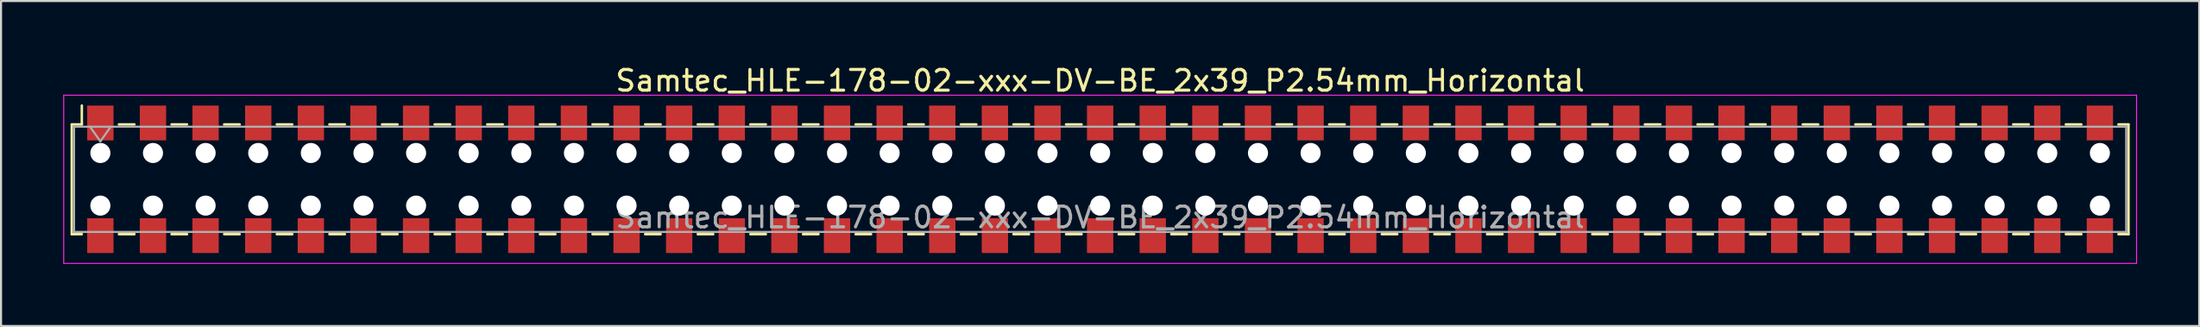
<source format=kicad_pcb>
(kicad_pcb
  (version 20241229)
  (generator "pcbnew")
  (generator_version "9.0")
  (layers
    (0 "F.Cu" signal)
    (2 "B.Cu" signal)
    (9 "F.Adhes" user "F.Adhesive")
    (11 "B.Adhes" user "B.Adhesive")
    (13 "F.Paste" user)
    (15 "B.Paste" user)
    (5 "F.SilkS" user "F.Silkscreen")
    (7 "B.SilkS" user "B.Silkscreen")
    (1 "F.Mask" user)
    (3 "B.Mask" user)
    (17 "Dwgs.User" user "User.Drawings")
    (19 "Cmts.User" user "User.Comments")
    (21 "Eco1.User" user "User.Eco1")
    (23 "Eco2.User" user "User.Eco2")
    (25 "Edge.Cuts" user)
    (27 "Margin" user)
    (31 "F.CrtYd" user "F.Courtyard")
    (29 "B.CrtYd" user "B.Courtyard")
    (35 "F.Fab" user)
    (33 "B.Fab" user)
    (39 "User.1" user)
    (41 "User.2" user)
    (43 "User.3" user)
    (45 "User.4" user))
  (footprint "Samtec_HLE-178-02-xxx-DV-BE_2x39_P2.54mm_Horizontal"
    (layer "F.Cu")
    (at 50.055 5.608)
    (property "Reference" "Samtec_HLE-178-02-xxx-DV-BE_2x39_P2.54mm_Horizontal" (at 0 -4.76 0) (layer "F.SilkS") (effects (font (size 1 1) (thickness 0.15))))
    (attr smd)
    (fp_line (start -49.64 -2.65) (end -49.64 2.65) (stroke (width 0.12) (type solid)) (layer "F.SilkS"))
    (fp_line (start -49.64 2.65) (end -49.155 2.65) (stroke (width 0.12) (type solid)) (layer "F.SilkS"))
    (fp_line (start -49.155 -3.56) (end -49.155 -2.65) (stroke (width 0.12) (type solid)) (layer "F.SilkS"))
    (fp_line (start -49.155 -2.65) (end -49.64 -2.65) (stroke (width 0.12) (type solid)) (layer "F.SilkS"))
    (fp_line (start -47.365 -2.65) (end -46.615 -2.65) (stroke (width 0.12) (type solid)) (layer "F.SilkS"))
    (fp_line (start -47.365 2.65) (end -46.615 2.65) (stroke (width 0.12) (type solid)) (layer "F.SilkS"))
    (fp_line (start -44.825 -2.65) (end -44.075 -2.65) (stroke (width 0.12) (type solid)) (layer "F.SilkS"))
    (fp_line (start -44.825 2.65) (end -44.075 2.65) (stroke (width 0.12) (type solid)) (layer "F.SilkS"))
    (fp_line (start -42.285 -2.65) (end -41.535 -2.65) (stroke (width 0.12) (type solid)) (layer "F.SilkS"))
    (fp_line (start -42.285 2.65) (end -41.535 2.65) (stroke (width 0.12) (type solid)) (layer "F.SilkS"))
    (fp_line (start -39.745 -2.65) (end -38.995 -2.65) (stroke (width 0.12) (type solid)) (layer "F.SilkS"))
    (fp_line (start -39.745 2.65) (end -38.995 2.65) (stroke (width 0.12) (type solid)) (layer "F.SilkS"))
    (fp_line (start -37.205 -2.65) (end -36.455 -2.65) (stroke (width 0.12) (type solid)) (layer "F.SilkS"))
    (fp_line (start -37.205 2.65) (end -36.455 2.65) (stroke (width 0.12) (type solid)) (layer "F.SilkS"))
    (fp_line (start -34.665 -2.65) (end -33.915 -2.65) (stroke (width 0.12) (type solid)) (layer "F.SilkS"))
    (fp_line (start -34.665 2.65) (end -33.915 2.65) (stroke (width 0.12) (type solid)) (layer "F.SilkS"))
    (fp_line (start -32.125 -2.65) (end -31.375 -2.65) (stroke (width 0.12) (type solid)) (layer "F.SilkS"))
    (fp_line (start -32.125 2.65) (end -31.375 2.65) (stroke (width 0.12) (type solid)) (layer "F.SilkS"))
    (fp_line (start -29.585 -2.65) (end -28.835 -2.65) (stroke (width 0.12) (type solid)) (layer "F.SilkS"))
    (fp_line (start -29.585 2.65) (end -28.835 2.65) (stroke (width 0.12) (type solid)) (layer "F.SilkS"))
    (fp_line (start -27.045 -2.65) (end -26.295 -2.65) (stroke (width 0.12) (type solid)) (layer "F.SilkS"))
    (fp_line (start -27.045 2.65) (end -26.295 2.65) (stroke (width 0.12) (type solid)) (layer "F.SilkS"))
    (fp_line (start -24.505 -2.65) (end -23.755 -2.65) (stroke (width 0.12) (type solid)) (layer "F.SilkS"))
    (fp_line (start -24.505 2.65) (end -23.755 2.65) (stroke (width 0.12) (type solid)) (layer "F.SilkS"))
    (fp_line (start -21.965 -2.65) (end -21.215 -2.65) (stroke (width 0.12) (type solid)) (layer "F.SilkS"))
    (fp_line (start -21.965 2.65) (end -21.215 2.65) (stroke (width 0.12) (type solid)) (layer "F.SilkS"))
    (fp_line (start -19.425 -2.65) (end -18.675 -2.65) (stroke (width 0.12) (type solid)) (layer "F.SilkS"))
    (fp_line (start -19.425 2.65) (end -18.675 2.65) (stroke (width 0.12) (type solid)) (layer "F.SilkS"))
    (fp_line (start -16.885 -2.65) (end -16.135 -2.65) (stroke (width 0.12) (type solid)) (layer "F.SilkS"))
    (fp_line (start -16.885 2.65) (end -16.135 2.65) (stroke (width 0.12) (type solid)) (layer "F.SilkS"))
    (fp_line (start -14.345 -2.65) (end -13.595 -2.65) (stroke (width 0.12) (type solid)) (layer "F.SilkS"))
    (fp_line (start -14.345 2.65) (end -13.595 2.65) (stroke (width 0.12) (type solid)) (layer "F.SilkS"))
    (fp_line (start -11.805 -2.65) (end -11.055 -2.65) (stroke (width 0.12) (type solid)) (layer "F.SilkS"))
    (fp_line (start -11.805 2.65) (end -11.055 2.65) (stroke (width 0.12) (type solid)) (layer "F.SilkS"))
    (fp_line (start -9.265 -2.65) (end -8.515 -2.65) (stroke (width 0.12) (type solid)) (layer "F.SilkS"))
    (fp_line (start -9.265 2.65) (end -8.515 2.65) (stroke (width 0.12) (type solid)) (layer "F.SilkS"))
    (fp_line (start -6.725 -2.65) (end -5.975 -2.65) (stroke (width 0.12) (type solid)) (layer "F.SilkS"))
    (fp_line (start -6.725 2.65) (end -5.975 2.65) (stroke (width 0.12) (type solid)) (layer "F.SilkS"))
    (fp_line (start -4.185 -2.65) (end -3.435 -2.65) (stroke (width 0.12) (type solid)) (layer "F.SilkS"))
    (fp_line (start -4.185 2.65) (end -3.435 2.65) (stroke (width 0.12) (type solid)) (layer "F.SilkS"))
    (fp_line (start -1.645 -2.65) (end -0.895 -2.65) (stroke (width 0.12) (type solid)) (layer "F.SilkS"))
    (fp_line (start -1.645 2.65) (end -0.895 2.65) (stroke (width 0.12) (type solid)) (layer "F.SilkS"))
    (fp_line (start 0.895 -2.65) (end 1.645 -2.65) (stroke (width 0.12) (type solid)) (layer "F.SilkS"))
    (fp_line (start 0.895 2.65) (end 1.645 2.65) (stroke (width 0.12) (type solid)) (layer "F.SilkS"))
    (fp_line (start 3.435 -2.65) (end 4.185 -2.65) (stroke (width 0.12) (type solid)) (layer "F.SilkS"))
    (fp_line (start 3.435 2.65) (end 4.185 2.65) (stroke (width 0.12) (type solid)) (layer "F.SilkS"))
    (fp_line (start 5.975 -2.65) (end 6.725 -2.65) (stroke (width 0.12) (type solid)) (layer "F.SilkS"))
    (fp_line (start 5.975 2.65) (end 6.725 2.65) (stroke (width 0.12) (type solid)) (layer "F.SilkS"))
    (fp_line (start 8.515 -2.65) (end 9.265 -2.65) (stroke (width 0.12) (type solid)) (layer "F.SilkS"))
    (fp_line (start 8.515 2.65) (end 9.265 2.65) (stroke (width 0.12) (type solid)) (layer "F.SilkS"))
    (fp_line (start 11.055 -2.65) (end 11.805 -2.65) (stroke (width 0.12) (type solid)) (layer "F.SilkS"))
    (fp_line (start 11.055 2.65) (end 11.805 2.65) (stroke (width 0.12) (type solid)) (layer "F.SilkS"))
    (fp_line (start 13.595 -2.65) (end 14.345 -2.65) (stroke (width 0.12) (type solid)) (layer "F.SilkS"))
    (fp_line (start 13.595 2.65) (end 14.345 2.65) (stroke (width 0.12) (type solid)) (layer "F.SilkS"))
    (fp_line (start 16.135 -2.65) (end 16.885 -2.65) (stroke (width 0.12) (type solid)) (layer "F.SilkS"))
    (fp_line (start 16.135 2.65) (end 16.885 2.65) (stroke (width 0.12) (type solid)) (layer "F.SilkS"))
    (fp_line (start 18.675 -2.65) (end 19.425 -2.65) (stroke (width 0.12) (type solid)) (layer "F.SilkS"))
    (fp_line (start 18.675 2.65) (end 19.425 2.65) (stroke (width 0.12) (type solid)) (layer "F.SilkS"))
    (fp_line (start 21.215 -2.65) (end 21.965 -2.65) (stroke (width 0.12) (type solid)) (layer "F.SilkS"))
    (fp_line (start 21.215 2.65) (end 21.965 2.65) (stroke (width 0.12) (type solid)) (layer "F.SilkS"))
    (fp_line (start 23.755 -2.65) (end 24.505 -2.65) (stroke (width 0.12) (type solid)) (layer "F.SilkS"))
    (fp_line (start 23.755 2.65) (end 24.505 2.65) (stroke (width 0.12) (type solid)) (layer "F.SilkS"))
    (fp_line (start 26.295 -2.65) (end 27.045 -2.65) (stroke (width 0.12) (type solid)) (layer "F.SilkS"))
    (fp_line (start 26.295 2.65) (end 27.045 2.65) (stroke (width 0.12) (type solid)) (layer "F.SilkS"))
    (fp_line (start 28.835 -2.65) (end 29.585 -2.65) (stroke (width 0.12) (type solid)) (layer "F.SilkS"))
    (fp_line (start 28.835 2.65) (end 29.585 2.65) (stroke (width 0.12) (type solid)) (layer "F.SilkS"))
    (fp_line (start 31.375 -2.65) (end 32.125 -2.65) (stroke (width 0.12) (type solid)) (layer "F.SilkS"))
    (fp_line (start 31.375 2.65) (end 32.125 2.65) (stroke (width 0.12) (type solid)) (layer "F.SilkS"))
    (fp_line (start 33.915 -2.65) (end 34.665 -2.65) (stroke (width 0.12) (type solid)) (layer "F.SilkS"))
    (fp_line (start 33.915 2.65) (end 34.665 2.65) (stroke (width 0.12) (type solid)) (layer "F.SilkS"))
    (fp_line (start 36.455 -2.65) (end 37.205 -2.65) (stroke (width 0.12) (type solid)) (layer "F.SilkS"))
    (fp_line (start 36.455 2.65) (end 37.205 2.65) (stroke (width 0.12) (type solid)) (layer "F.SilkS"))
    (fp_line (start 38.995 -2.65) (end 39.745 -2.65) (stroke (width 0.12) (type solid)) (layer "F.SilkS"))
    (fp_line (start 38.995 2.65) (end 39.745 2.65) (stroke (width 0.12) (type solid)) (layer "F.SilkS"))
    (fp_line (start 41.535 -2.65) (end 42.285 -2.65) (stroke (width 0.12) (type solid)) (layer "F.SilkS"))
    (fp_line (start 41.535 2.65) (end 42.285 2.65) (stroke (width 0.12) (type solid)) (layer "F.SilkS"))
    (fp_line (start 44.075 -2.65) (end 44.825 -2.65) (stroke (width 0.12) (type solid)) (layer "F.SilkS"))
    (fp_line (start 44.075 2.65) (end 44.825 2.65) (stroke (width 0.12) (type solid)) (layer "F.SilkS"))
    (fp_line (start 46.615 -2.65) (end 47.365 -2.65) (stroke (width 0.12) (type solid)) (layer "F.SilkS"))
    (fp_line (start 46.615 2.65) (end 47.365 2.65) (stroke (width 0.12) (type solid)) (layer "F.SilkS"))
    (fp_line (start 49.155 -2.65) (end 49.64 -2.65) (stroke (width 0.12) (type solid)) (layer "F.SilkS"))
    (fp_line (start 49.64 -2.65) (end 49.64 2.65) (stroke (width 0.12) (type solid)) (layer "F.SilkS"))
    (fp_line (start 49.64 2.65) (end 49.155 2.65) (stroke (width 0.12) (type solid)) (layer "F.SilkS"))
    (fp_line (start -50.03 -4.06) (end 50.03 -4.06) (stroke (width 0.05) (type solid)) (layer "F.CrtYd"))
    (fp_line (start -50.03 4.06) (end -50.03 -4.06) (stroke (width 0.05) (type solid)) (layer "F.CrtYd"))
    (fp_line (start 50.03 -4.06) (end 50.03 4.06) (stroke (width 0.05) (type solid)) (layer "F.CrtYd"))
    (fp_line (start 50.03 4.06) (end -50.03 4.06) (stroke (width 0.05) (type solid)) (layer "F.CrtYd"))
    (fp_line (start -49.53 -2.54) (end 49.53 -2.54) (stroke (width 0.1) (type solid)) (layer "F.Fab"))
    (fp_line (start -49.53 2.54) (end -49.53 -2.54) (stroke (width 0.1) (type solid)) (layer "F.Fab"))
    (fp_line (start -48.76 -2.54) (end -48.26 -1.833) (stroke (width 0.1) (type solid)) (layer "F.Fab"))
    (fp_line (start -48.26 -1.833) (end -47.76 -2.54) (stroke (width 0.1) (type solid)) (layer "F.Fab"))
    (fp_line (start 49.53 -2.54) (end 49.53 2.54) (stroke (width 0.1) (type solid)) (layer "F.Fab"))
    (fp_line (start 49.53 2.54) (end -49.53 2.54) (stroke (width 0.1) (type solid)) (layer "F.Fab"))
    (fp_text user "${REFERENCE}" (at 0 1.84 0) (layer "F.Fab") (effects (font (size 1 1) (thickness 0.15))))
    (pad "" np_thru_hole circle (at -48.26 -1.27) (size 0.97 0.97) (drill 0.97) (layers "*.Cu" "*.Mask"))
    (pad "" np_thru_hole circle (at -48.26 1.27) (size 0.97 0.97) (drill 0.97) (layers "*.Cu" "*.Mask"))
    (pad "" np_thru_hole circle (at -45.72 -1.27) (size 0.97 0.97) (drill 0.97) (layers "*.Cu" "*.Mask"))
    (pad "" np_thru_hole circle (at -45.72 1.27) (size 0.97 0.97) (drill 0.97) (layers "*.Cu" "*.Mask"))
    (pad "" np_thru_hole circle (at -43.18 -1.27) (size 0.97 0.97) (drill 0.97) (layers "*.Cu" "*.Mask"))
    (pad "" np_thru_hole circle (at -43.18 1.27) (size 0.97 0.97) (drill 0.97) (layers "*.Cu" "*.Mask"))
    (pad "" np_thru_hole circle (at -40.64 -1.27) (size 0.97 0.97) (drill 0.97) (layers "*.Cu" "*.Mask"))
    (pad "" np_thru_hole circle (at -40.64 1.27) (size 0.97 0.97) (drill 0.97) (layers "*.Cu" "*.Mask"))
    (pad "" np_thru_hole circle (at -38.1 -1.27) (size 0.97 0.97) (drill 0.97) (layers "*.Cu" "*.Mask"))
    (pad "" np_thru_hole circle (at -38.1 1.27) (size 0.97 0.97) (drill 0.97) (layers "*.Cu" "*.Mask"))
    (pad "" np_thru_hole circle (at -35.56 -1.27) (size 0.97 0.97) (drill 0.97) (layers "*.Cu" "*.Mask"))
    (pad "" np_thru_hole circle (at -35.56 1.27) (size 0.97 0.97) (drill 0.97) (layers "*.Cu" "*.Mask"))
    (pad "" np_thru_hole circle (at -33.02 -1.27) (size 0.97 0.97) (drill 0.97) (layers "*.Cu" "*.Mask"))
    (pad "" np_thru_hole circle (at -33.02 1.27) (size 0.97 0.97) (drill 0.97) (layers "*.Cu" "*.Mask"))
    (pad "" np_thru_hole circle (at -30.48 -1.27) (size 0.97 0.97) (drill 0.97) (layers "*.Cu" "*.Mask"))
    (pad "" np_thru_hole circle (at -30.48 1.27) (size 0.97 0.97) (drill 0.97) (layers "*.Cu" "*.Mask"))
    (pad "" np_thru_hole circle (at -27.94 -1.27) (size 0.97 0.97) (drill 0.97) (layers "*.Cu" "*.Mask"))
    (pad "" np_thru_hole circle (at -27.94 1.27) (size 0.97 0.97) (drill 0.97) (layers "*.Cu" "*.Mask"))
    (pad "" np_thru_hole circle (at -25.4 -1.27) (size 0.97 0.97) (drill 0.97) (layers "*.Cu" "*.Mask"))
    (pad "" np_thru_hole circle (at -25.4 1.27) (size 0.97 0.97) (drill 0.97) (layers "*.Cu" "*.Mask"))
    (pad "" np_thru_hole circle (at -22.86 -1.27) (size 0.97 0.97) (drill 0.97) (layers "*.Cu" "*.Mask"))
    (pad "" np_thru_hole circle (at -22.86 1.27) (size 0.97 0.97) (drill 0.97) (layers "*.Cu" "*.Mask"))
    (pad "" np_thru_hole circle (at -20.32 -1.27) (size 0.97 0.97) (drill 0.97) (layers "*.Cu" "*.Mask"))
    (pad "" np_thru_hole circle (at -20.32 1.27) (size 0.97 0.97) (drill 0.97) (layers "*.Cu" "*.Mask"))
    (pad "" np_thru_hole circle (at -17.78 -1.27) (size 0.97 0.97) (drill 0.97) (layers "*.Cu" "*.Mask"))
    (pad "" np_thru_hole circle (at -17.78 1.27) (size 0.97 0.97) (drill 0.97) (layers "*.Cu" "*.Mask"))
    (pad "" np_thru_hole circle (at -15.24 -1.27) (size 0.97 0.97) (drill 0.97) (layers "*.Cu" "*.Mask"))
    (pad "" np_thru_hole circle (at -15.24 1.27) (size 0.97 0.97) (drill 0.97) (layers "*.Cu" "*.Mask"))
    (pad "" np_thru_hole circle (at -12.7 -1.27) (size 0.97 0.97) (drill 0.97) (layers "*.Cu" "*.Mask"))
    (pad "" np_thru_hole circle (at -12.7 1.27) (size 0.97 0.97) (drill 0.97) (layers "*.Cu" "*.Mask"))
    (pad "" np_thru_hole circle (at -10.16 -1.27) (size 0.97 0.97) (drill 0.97) (layers "*.Cu" "*.Mask"))
    (pad "" np_thru_hole circle (at -10.16 1.27) (size 0.97 0.97) (drill 0.97) (layers "*.Cu" "*.Mask"))
    (pad "" np_thru_hole circle (at -7.62 -1.27) (size 0.97 0.97) (drill 0.97) (layers "*.Cu" "*.Mask"))
    (pad "" np_thru_hole circle (at -7.62 1.27) (size 0.97 0.97) (drill 0.97) (layers "*.Cu" "*.Mask"))
    (pad "" np_thru_hole circle (at -5.08 -1.27) (size 0.97 0.97) (drill 0.97) (layers "*.Cu" "*.Mask"))
    (pad "" np_thru_hole circle (at -5.08 1.27) (size 0.97 0.97) (drill 0.97) (layers "*.Cu" "*.Mask"))
    (pad "" np_thru_hole circle (at -2.54 -1.27) (size 0.97 0.97) (drill 0.97) (layers "*.Cu" "*.Mask"))
    (pad "" np_thru_hole circle (at -2.54 1.27) (size 0.97 0.97) (drill 0.97) (layers "*.Cu" "*.Mask"))
    (pad "" np_thru_hole circle (at 0 -1.27) (size 0.97 0.97) (drill 0.97) (layers "*.Cu" "*.Mask"))
    (pad "" np_thru_hole circle (at 0 1.27) (size 0.97 0.97) (drill 0.97) (layers "*.Cu" "*.Mask"))
    (pad "" np_thru_hole circle (at 2.54 -1.27) (size 0.97 0.97) (drill 0.97) (layers "*.Cu" "*.Mask"))
    (pad "" np_thru_hole circle (at 2.54 1.27) (size 0.97 0.97) (drill 0.97) (layers "*.Cu" "*.Mask"))
    (pad "" np_thru_hole circle (at 5.08 -1.27) (size 0.97 0.97) (drill 0.97) (layers "*.Cu" "*.Mask"))
    (pad "" np_thru_hole circle (at 5.08 1.27) (size 0.97 0.97) (drill 0.97) (layers "*.Cu" "*.Mask"))
    (pad "" np_thru_hole circle (at 7.62 -1.27) (size 0.97 0.97) (drill 0.97) (layers "*.Cu" "*.Mask"))
    (pad "" np_thru_hole circle (at 7.62 1.27) (size 0.97 0.97) (drill 0.97) (layers "*.Cu" "*.Mask"))
    (pad "" np_thru_hole circle (at 10.16 -1.27) (size 0.97 0.97) (drill 0.97) (layers "*.Cu" "*.Mask"))
    (pad "" np_thru_hole circle (at 10.16 1.27) (size 0.97 0.97) (drill 0.97) (layers "*.Cu" "*.Mask"))
    (pad "" np_thru_hole circle (at 12.7 -1.27) (size 0.97 0.97) (drill 0.97) (layers "*.Cu" "*.Mask"))
    (pad "" np_thru_hole circle (at 12.7 1.27) (size 0.97 0.97) (drill 0.97) (layers "*.Cu" "*.Mask"))
    (pad "" np_thru_hole circle (at 15.24 -1.27) (size 0.97 0.97) (drill 0.97) (layers "*.Cu" "*.Mask"))
    (pad "" np_thru_hole circle (at 15.24 1.27) (size 0.97 0.97) (drill 0.97) (layers "*.Cu" "*.Mask"))
    (pad "" np_thru_hole circle (at 17.78 -1.27) (size 0.97 0.97) (drill 0.97) (layers "*.Cu" "*.Mask"))
    (pad "" np_thru_hole circle (at 17.78 1.27) (size 0.97 0.97) (drill 0.97) (layers "*.Cu" "*.Mask"))
    (pad "" np_thru_hole circle (at 20.32 -1.27) (size 0.97 0.97) (drill 0.97) (layers "*.Cu" "*.Mask"))
    (pad "" np_thru_hole circle (at 20.32 1.27) (size 0.97 0.97) (drill 0.97) (layers "*.Cu" "*.Mask"))
    (pad "" np_thru_hole circle (at 22.86 -1.27) (size 0.97 0.97) (drill 0.97) (layers "*.Cu" "*.Mask"))
    (pad "" np_thru_hole circle (at 22.86 1.27) (size 0.97 0.97) (drill 0.97) (layers "*.Cu" "*.Mask"))
    (pad "" np_thru_hole circle (at 25.4 -1.27) (size 0.97 0.97) (drill 0.97) (layers "*.Cu" "*.Mask"))
    (pad "" np_thru_hole circle (at 25.4 1.27) (size 0.97 0.97) (drill 0.97) (layers "*.Cu" "*.Mask"))
    (pad "" np_thru_hole circle (at 27.94 -1.27) (size 0.97 0.97) (drill 0.97) (layers "*.Cu" "*.Mask"))
    (pad "" np_thru_hole circle (at 27.94 1.27) (size 0.97 0.97) (drill 0.97) (layers "*.Cu" "*.Mask"))
    (pad "" np_thru_hole circle (at 30.48 -1.27) (size 0.97 0.97) (drill 0.97) (layers "*.Cu" "*.Mask"))
    (pad "" np_thru_hole circle (at 30.48 1.27) (size 0.97 0.97) (drill 0.97) (layers "*.Cu" "*.Mask"))
    (pad "" np_thru_hole circle (at 33.02 -1.27) (size 0.97 0.97) (drill 0.97) (layers "*.Cu" "*.Mask"))
    (pad "" np_thru_hole circle (at 33.02 1.27) (size 0.97 0.97) (drill 0.97) (layers "*.Cu" "*.Mask"))
    (pad "" np_thru_hole circle (at 35.56 -1.27) (size 0.97 0.97) (drill 0.97) (layers "*.Cu" "*.Mask"))
    (pad "" np_thru_hole circle (at 35.56 1.27) (size 0.97 0.97) (drill 0.97) (layers "*.Cu" "*.Mask"))
    (pad "" np_thru_hole circle (at 38.1 -1.27) (size 0.97 0.97) (drill 0.97) (layers "*.Cu" "*.Mask"))
    (pad "" np_thru_hole circle (at 38.1 1.27) (size 0.97 0.97) (drill 0.97) (layers "*.Cu" "*.Mask"))
    (pad "" np_thru_hole circle (at 40.64 -1.27) (size 0.97 0.97) (drill 0.97) (layers "*.Cu" "*.Mask"))
    (pad "" np_thru_hole circle (at 40.64 1.27) (size 0.97 0.97) (drill 0.97) (layers "*.Cu" "*.Mask"))
    (pad "" np_thru_hole circle (at 43.18 -1.27) (size 0.97 0.97) (drill 0.97) (layers "*.Cu" "*.Mask"))
    (pad "" np_thru_hole circle (at 43.18 1.27) (size 0.97 0.97) (drill 0.97) (layers "*.Cu" "*.Mask"))
    (pad "" np_thru_hole circle (at 45.72 -1.27) (size 0.97 0.97) (drill 0.97) (layers "*.Cu" "*.Mask"))
    (pad "" np_thru_hole circle (at 45.72 1.27) (size 0.97 0.97) (drill 0.97) (layers "*.Cu" "*.Mask"))
    (pad "" np_thru_hole circle (at 48.26 -1.27) (size 0.97 0.97) (drill 0.97) (layers "*.Cu" "*.Mask"))
    (pad "" np_thru_hole circle (at 48.26 1.27) (size 0.97 0.97) (drill 0.97) (layers "*.Cu" "*.Mask"))
    (pad "1" smd rect (at -48.26 -2.72) (size 1.27 1.68) (layers "F.Cu" "F.Mask" "F.Paste"))
    (pad "2" smd rect (at -48.26 2.72) (size 1.27 1.68) (layers "F.Cu" "F.Mask" "F.Paste"))
    (pad "3" smd rect (at -45.72 -2.72) (size 1.27 1.68) (layers "F.Cu" "F.Mask" "F.Paste"))
    (pad "4" smd rect (at -45.72 2.72) (size 1.27 1.68) (layers "F.Cu" "F.Mask" "F.Paste"))
    (pad "5" smd rect (at -43.18 -2.72) (size 1.27 1.68) (layers "F.Cu" "F.Mask" "F.Paste"))
    (pad "6" smd rect (at -43.18 2.72) (size 1.27 1.68) (layers "F.Cu" "F.Mask" "F.Paste"))
    (pad "7" smd rect (at -40.64 -2.72) (size 1.27 1.68) (layers "F.Cu" "F.Mask" "F.Paste"))
    (pad "8" smd rect (at -40.64 2.72) (size 1.27 1.68) (layers "F.Cu" "F.Mask" "F.Paste"))
    (pad "9" smd rect (at -38.1 -2.72) (size 1.27 1.68) (layers "F.Cu" "F.Mask" "F.Paste"))
    (pad "10" smd rect (at -38.1 2.72) (size 1.27 1.68) (layers "F.Cu" "F.Mask" "F.Paste"))
    (pad "11" smd rect (at -35.56 -2.72) (size 1.27 1.68) (layers "F.Cu" "F.Mask" "F.Paste"))
    (pad "12" smd rect (at -35.56 2.72) (size 1.27 1.68) (layers "F.Cu" "F.Mask" "F.Paste"))
    (pad "13" smd rect (at -33.02 -2.72) (size 1.27 1.68) (layers "F.Cu" "F.Mask" "F.Paste"))
    (pad "14" smd rect (at -33.02 2.72) (size 1.27 1.68) (layers "F.Cu" "F.Mask" "F.Paste"))
    (pad "15" smd rect (at -30.48 -2.72) (size 1.27 1.68) (layers "F.Cu" "F.Mask" "F.Paste"))
    (pad "16" smd rect (at -30.48 2.72) (size 1.27 1.68) (layers "F.Cu" "F.Mask" "F.Paste"))
    (pad "17" smd rect (at -27.94 -2.72) (size 1.27 1.68) (layers "F.Cu" "F.Mask" "F.Paste"))
    (pad "18" smd rect (at -27.94 2.72) (size 1.27 1.68) (layers "F.Cu" "F.Mask" "F.Paste"))
    (pad "19" smd rect (at -25.4 -2.72) (size 1.27 1.68) (layers "F.Cu" "F.Mask" "F.Paste"))
    (pad "20" smd rect (at -25.4 2.72) (size 1.27 1.68) (layers "F.Cu" "F.Mask" "F.Paste"))
    (pad "21" smd rect (at -22.86 -2.72) (size 1.27 1.68) (layers "F.Cu" "F.Mask" "F.Paste"))
    (pad "22" smd rect (at -22.86 2.72) (size 1.27 1.68) (layers "F.Cu" "F.Mask" "F.Paste"))
    (pad "23" smd rect (at -20.32 -2.72) (size 1.27 1.68) (layers "F.Cu" "F.Mask" "F.Paste"))
    (pad "24" smd rect (at -20.32 2.72) (size 1.27 1.68) (layers "F.Cu" "F.Mask" "F.Paste"))
    (pad "25" smd rect (at -17.78 -2.72) (size 1.27 1.68) (layers "F.Cu" "F.Mask" "F.Paste"))
    (pad "26" smd rect (at -17.78 2.72) (size 1.27 1.68) (layers "F.Cu" "F.Mask" "F.Paste"))
    (pad "27" smd rect (at -15.24 -2.72) (size 1.27 1.68) (layers "F.Cu" "F.Mask" "F.Paste"))
    (pad "28" smd rect (at -15.24 2.72) (size 1.27 1.68) (layers "F.Cu" "F.Mask" "F.Paste"))
    (pad "29" smd rect (at -12.7 -2.72) (size 1.27 1.68) (layers "F.Cu" "F.Mask" "F.Paste"))
    (pad "30" smd rect (at -12.7 2.72) (size 1.27 1.68) (layers "F.Cu" "F.Mask" "F.Paste"))
    (pad "31" smd rect (at -10.16 -2.72) (size 1.27 1.68) (layers "F.Cu" "F.Mask" "F.Paste"))
    (pad "32" smd rect (at -10.16 2.72) (size 1.27 1.68) (layers "F.Cu" "F.Mask" "F.Paste"))
    (pad "33" smd rect (at -7.62 -2.72) (size 1.27 1.68) (layers "F.Cu" "F.Mask" "F.Paste"))
    (pad "34" smd rect (at -7.62 2.72) (size 1.27 1.68) (layers "F.Cu" "F.Mask" "F.Paste"))
    (pad "35" smd rect (at -5.08 -2.72) (size 1.27 1.68) (layers "F.Cu" "F.Mask" "F.Paste"))
    (pad "36" smd rect (at -5.08 2.72) (size 1.27 1.68) (layers "F.Cu" "F.Mask" "F.Paste"))
    (pad "37" smd rect (at -2.54 -2.72) (size 1.27 1.68) (layers "F.Cu" "F.Mask" "F.Paste"))
    (pad "38" smd rect (at -2.54 2.72) (size 1.27 1.68) (layers "F.Cu" "F.Mask" "F.Paste"))
    (pad "39" smd rect (at 0 -2.72) (size 1.27 1.68) (layers "F.Cu" "F.Mask" "F.Paste"))
    (pad "40" smd rect (at 0 2.72) (size 1.27 1.68) (layers "F.Cu" "F.Mask" "F.Paste"))
    (pad "41" smd rect (at 2.54 -2.72) (size 1.27 1.68) (layers "F.Cu" "F.Mask" "F.Paste"))
    (pad "42" smd rect (at 2.54 2.72) (size 1.27 1.68) (layers "F.Cu" "F.Mask" "F.Paste"))
    (pad "43" smd rect (at 5.08 -2.72) (size 1.27 1.68) (layers "F.Cu" "F.Mask" "F.Paste"))
    (pad "44" smd rect (at 5.08 2.72) (size 1.27 1.68) (layers "F.Cu" "F.Mask" "F.Paste"))
    (pad "45" smd rect (at 7.62 -2.72) (size 1.27 1.68) (layers "F.Cu" "F.Mask" "F.Paste"))
    (pad "46" smd rect (at 7.62 2.72) (size 1.27 1.68) (layers "F.Cu" "F.Mask" "F.Paste"))
    (pad "47" smd rect (at 10.16 -2.72) (size 1.27 1.68) (layers "F.Cu" "F.Mask" "F.Paste"))
    (pad "48" smd rect (at 10.16 2.72) (size 1.27 1.68) (layers "F.Cu" "F.Mask" "F.Paste"))
    (pad "49" smd rect (at 12.7 -2.72) (size 1.27 1.68) (layers "F.Cu" "F.Mask" "F.Paste"))
    (pad "50" smd rect (at 12.7 2.72) (size 1.27 1.68) (layers "F.Cu" "F.Mask" "F.Paste"))
    (pad "51" smd rect (at 15.24 -2.72) (size 1.27 1.68) (layers "F.Cu" "F.Mask" "F.Paste"))
    (pad "52" smd rect (at 15.24 2.72) (size 1.27 1.68) (layers "F.Cu" "F.Mask" "F.Paste"))
    (pad "53" smd rect (at 17.78 -2.72) (size 1.27 1.68) (layers "F.Cu" "F.Mask" "F.Paste"))
    (pad "54" smd rect (at 17.78 2.72) (size 1.27 1.68) (layers "F.Cu" "F.Mask" "F.Paste"))
    (pad "55" smd rect (at 20.32 -2.72) (size 1.27 1.68) (layers "F.Cu" "F.Mask" "F.Paste"))
    (pad "56" smd rect (at 20.32 2.72) (size 1.27 1.68) (layers "F.Cu" "F.Mask" "F.Paste"))
    (pad "57" smd rect (at 22.86 -2.72) (size 1.27 1.68) (layers "F.Cu" "F.Mask" "F.Paste"))
    (pad "58" smd rect (at 22.86 2.72) (size 1.27 1.68) (layers "F.Cu" "F.Mask" "F.Paste"))
    (pad "59" smd rect (at 25.4 -2.72) (size 1.27 1.68) (layers "F.Cu" "F.Mask" "F.Paste"))
    (pad "60" smd rect (at 25.4 2.72) (size 1.27 1.68) (layers "F.Cu" "F.Mask" "F.Paste"))
    (pad "61" smd rect (at 27.94 -2.72) (size 1.27 1.68) (layers "F.Cu" "F.Mask" "F.Paste"))
    (pad "62" smd rect (at 27.94 2.72) (size 1.27 1.68) (layers "F.Cu" "F.Mask" "F.Paste"))
    (pad "63" smd rect (at 30.48 -2.72) (size 1.27 1.68) (layers "F.Cu" "F.Mask" "F.Paste"))
    (pad "64" smd rect (at 30.48 2.72) (size 1.27 1.68) (layers "F.Cu" "F.Mask" "F.Paste"))
    (pad "65" smd rect (at 33.02 -2.72) (size 1.27 1.68) (layers "F.Cu" "F.Mask" "F.Paste"))
    (pad "66" smd rect (at 33.02 2.72) (size 1.27 1.68) (layers "F.Cu" "F.Mask" "F.Paste"))
    (pad "67" smd rect (at 35.56 -2.72) (size 1.27 1.68) (layers "F.Cu" "F.Mask" "F.Paste"))
    (pad "68" smd rect (at 35.56 2.72) (size 1.27 1.68) (layers "F.Cu" "F.Mask" "F.Paste"))
    (pad "69" smd rect (at 38.1 -2.72) (size 1.27 1.68) (layers "F.Cu" "F.Mask" "F.Paste"))
    (pad "70" smd rect (at 38.1 2.72) (size 1.27 1.68) (layers "F.Cu" "F.Mask" "F.Paste"))
    (pad "71" smd rect (at 40.64 -2.72) (size 1.27 1.68) (layers "F.Cu" "F.Mask" "F.Paste"))
    (pad "72" smd rect (at 40.64 2.72) (size 1.27 1.68) (layers "F.Cu" "F.Mask" "F.Paste"))
    (pad "73" smd rect (at 43.18 -2.72) (size 1.27 1.68) (layers "F.Cu" "F.Mask" "F.Paste"))
    (pad "74" smd rect (at 43.18 2.72) (size 1.27 1.68) (layers "F.Cu" "F.Mask" "F.Paste"))
    (pad "75" smd rect (at 45.72 -2.72) (size 1.27 1.68) (layers "F.Cu" "F.Mask" "F.Paste"))
    (pad "76" smd rect (at 45.72 2.72) (size 1.27 1.68) (layers "F.Cu" "F.Mask" "F.Paste"))
    (pad "77" smd rect (at 48.26 -2.72) (size 1.27 1.68) (layers "F.Cu" "F.Mask" "F.Paste"))
    (pad "78" smd rect (at 48.26 2.72) (size 1.27 1.68) (layers "F.Cu" "F.Mask" "F.Paste")))
  (gr_rect
    (start -3 -3)
    (end 103.11 12.693)
    (stroke (width 0.1) (type default))
    (fill no)
    (layer "Edge.Cuts")))
</source>
